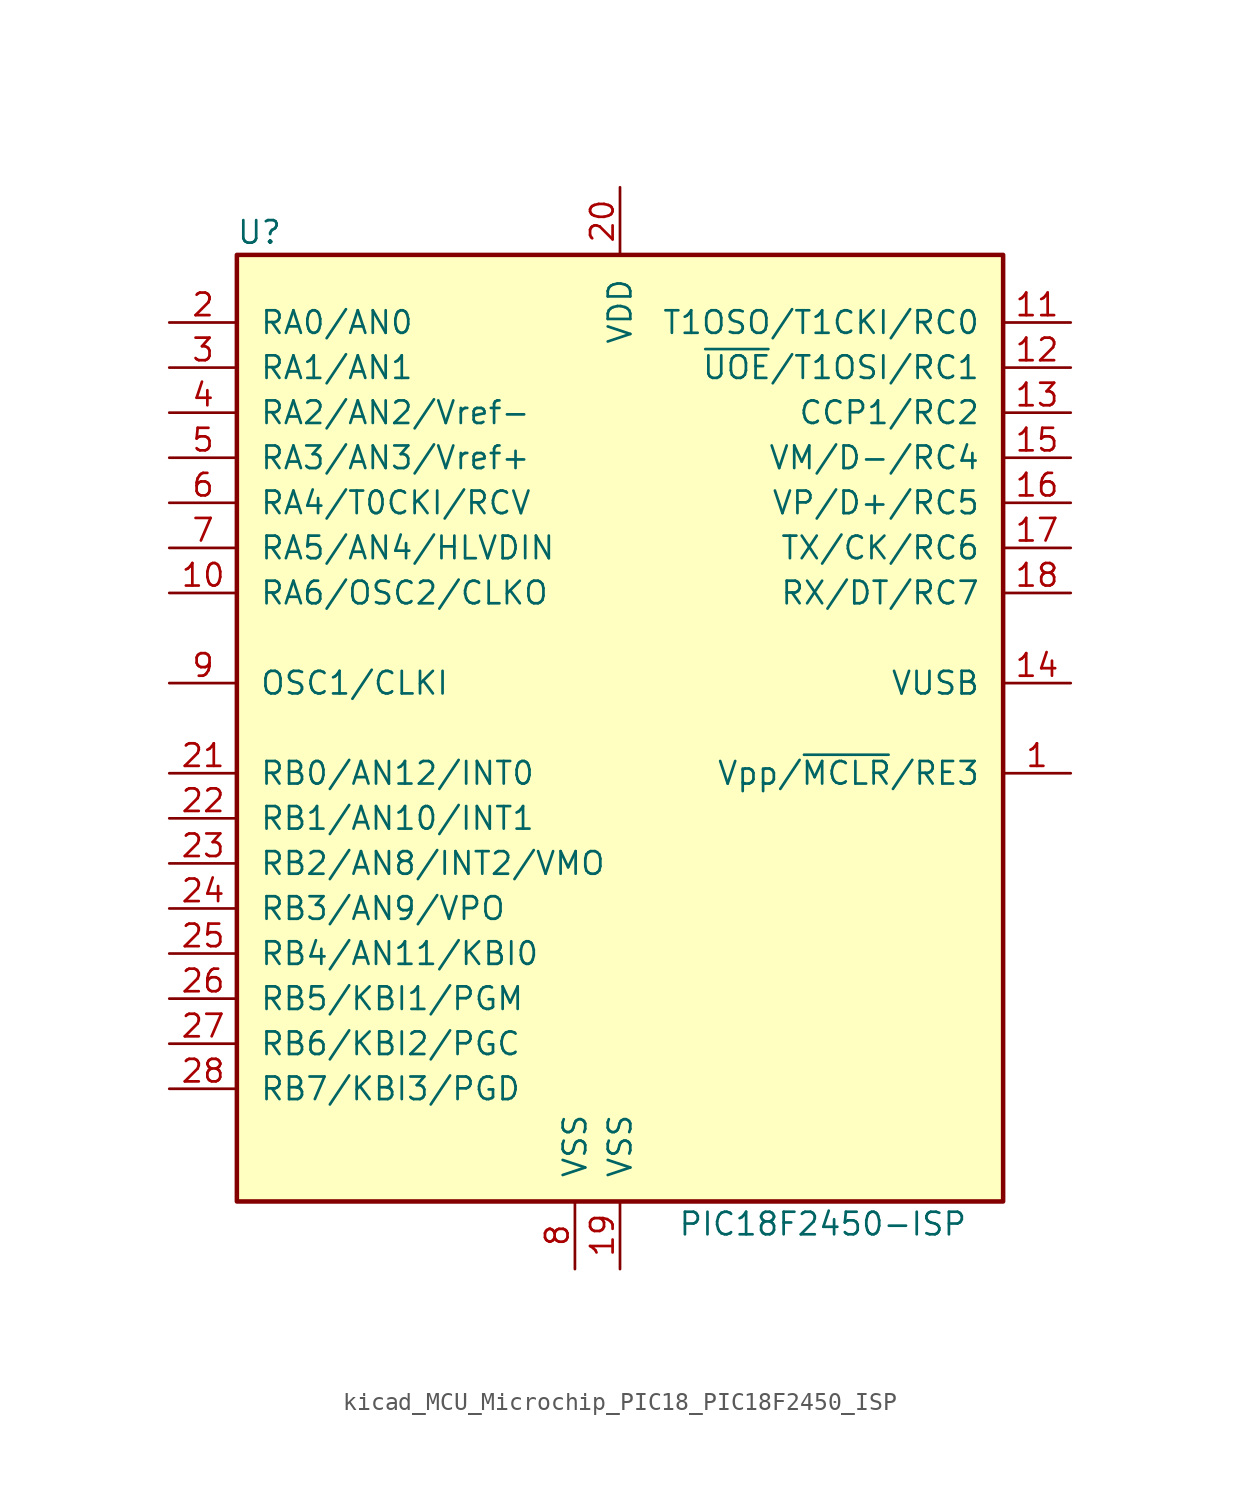
<source format=kicad_sym>
(kicad_symbol_lib
  (version 20220914)
  (generator kicad_symbol_editor)
  (symbol "kicad_MCU_Microchip_PIC18_PIC18F2450_ISP"
    (pin_names
      (offset 1.27))
    (property "Reference" "U"
      (at -20.32 27.94 0)
      (effects (font (size 1.27 1.27))))
    (property "Value" "PIC18F2450-ISP"
      (at 11.43 -27.94 0)
      (effects (font (size 1.27 1.27))))
    (symbol "kicad_MCU_Microchip_PIC18_PIC18F2450_ISP_0_1"
      (rectangle (start -21.59 26.67) (end 21.59 -26.67) (stroke (width 0.254) (type default)) (fill (type background))))
    (symbol "kicad_MCU_Microchip_PIC18_PIC18F2450_ISP_1_1"
      (pin input line (at 25.4 -2.54 180) (length 3.81) (name "Vpp/~{MCLR}/RE3" (effects (font (size 1.27 1.27)))) (number "1" (effects (font (size 1.27 1.27)))))
      (pin output line (at -25.4 7.62 0) (length 3.81) (name "RA6/OSC2/CLKO" (effects (font (size 1.27 1.27)))) (number "10" (effects (font (size 1.27 1.27)))))
      (pin bidirectional line (at 25.4 22.86 180) (length 3.81) (name "T1OSO/T1CKI/RC0" (effects (font (size 1.27 1.27)))) (number "11" (effects (font (size 1.27 1.27)))))
      (pin bidirectional line (at 25.4 20.32 180) (length 3.81) (name "~{UOE}/T1OSI/RC1" (effects (font (size 1.27 1.27)))) (number "12" (effects (font (size 1.27 1.27)))))
      (pin bidirectional line (at 25.4 17.78 180) (length 3.81) (name "CCP1/RC2" (effects (font (size 1.27 1.27)))) (number "13" (effects (font (size 1.27 1.27)))))
      (pin bidirectional line (at 25.4 2.54 180) (length 3.81) (name "VUSB" (effects (font (size 1.27 1.27)))) (number "14" (effects (font (size 1.27 1.27)))))
      (pin bidirectional line (at 25.4 15.24 180) (length 3.81) (name "VM/D-/RC4" (effects (font (size 1.27 1.27)))) (number "15" (effects (font (size 1.27 1.27)))))
      (pin bidirectional line (at 25.4 12.7 180) (length 3.81) (name "VP/D+/RC5" (effects (font (size 1.27 1.27)))) (number "16" (effects (font (size 1.27 1.27)))))
      (pin bidirectional line (at 25.4 10.16 180) (length 3.81) (name "TX/CK/RC6" (effects (font (size 1.27 1.27)))) (number "17" (effects (font (size 1.27 1.27)))))
      (pin bidirectional line (at 25.4 7.62 180) (length 3.81) (name "RX/DT/RC7" (effects (font (size 1.27 1.27)))) (number "18" (effects (font (size 1.27 1.27)))))
      (pin power_in line (at 0 -30.48 90) (length 3.81) (name "VSS" (effects (font (size 1.27 1.27)))) (number "19" (effects (font (size 1.27 1.27)))))
      (pin bidirectional line (at -25.4 22.86 0) (length 3.81) (name "RA0/AN0" (effects (font (size 1.27 1.27)))) (number "2" (effects (font (size 1.27 1.27)))))
      (pin power_in line (at 0 30.48 270) (length 3.81) (name "VDD" (effects (font (size 1.27 1.27)))) (number "20" (effects (font (size 1.27 1.27)))))
      (pin bidirectional line (at -25.4 -2.54 0) (length 3.81) (name "RB0/AN12/INT0" (effects (font (size 1.27 1.27)))) (number "21" (effects (font (size 1.27 1.27)))))
      (pin bidirectional line (at -25.4 -5.08 0) (length 3.81) (name "RB1/AN10/INT1" (effects (font (size 1.27 1.27)))) (number "22" (effects (font (size 1.27 1.27)))))
      (pin bidirectional line (at -25.4 -7.62 0) (length 3.81) (name "RB2/AN8/INT2/VMO" (effects (font (size 1.27 1.27)))) (number "23" (effects (font (size 1.27 1.27)))))
      (pin bidirectional line (at -25.4 -10.16 0) (length 3.81) (name "RB3/AN9/VPO" (effects (font (size 1.27 1.27)))) (number "24" (effects (font (size 1.27 1.27)))))
      (pin bidirectional line (at -25.4 -12.7 0) (length 3.81) (name "RB4/AN11/KBI0" (effects (font (size 1.27 1.27)))) (number "25" (effects (font (size 1.27 1.27)))))
      (pin bidirectional line (at -25.4 -15.24 0) (length 3.81) (name "RB5/KBI1/PGM" (effects (font (size 1.27 1.27)))) (number "26" (effects (font (size 1.27 1.27)))))
      (pin bidirectional line (at -25.4 -17.78 0) (length 3.81) (name "RB6/KBI2/PGC" (effects (font (size 1.27 1.27)))) (number "27" (effects (font (size 1.27 1.27)))))
      (pin bidirectional line (at -25.4 -20.32 0) (length 3.81) (name "RB7/KBI3/PGD" (effects (font (size 1.27 1.27)))) (number "28" (effects (font (size 1.27 1.27)))))
      (pin bidirectional line (at -25.4 20.32 0) (length 3.81) (name "RA1/AN1" (effects (font (size 1.27 1.27)))) (number "3" (effects (font (size 1.27 1.27)))))
      (pin bidirectional line (at -25.4 17.78 0) (length 3.81) (name "RA2/AN2/Vref-" (effects (font (size 1.27 1.27)))) (number "4" (effects (font (size 1.27 1.27)))))
      (pin bidirectional line (at -25.4 15.24 0) (length 3.81) (name "RA3/AN3/Vref+" (effects (font (size 1.27 1.27)))) (number "5" (effects (font (size 1.27 1.27)))))
      (pin bidirectional line (at -25.4 12.7 0) (length 3.81) (name "RA4/T0CKI/RCV" (effects (font (size 1.27 1.27)))) (number "6" (effects (font (size 1.27 1.27)))))
      (pin bidirectional line (at -25.4 10.16 0) (length 3.81) (name "RA5/AN4/HLVDIN" (effects (font (size 1.27 1.27)))) (number "7" (effects (font (size 1.27 1.27)))))
      (pin power_in line (at -2.54 -30.48 90) (length 3.81) (name "VSS" (effects (font (size 1.27 1.27)))) (number "8" (effects (font (size 1.27 1.27)))))
      (pin input line (at -25.4 2.54 0) (length 3.81) (name "OSC1/CLKI" (effects (font (size 1.27 1.27)))) (number "9" (effects (font (size 1.27 1.27))))))))
</source>
